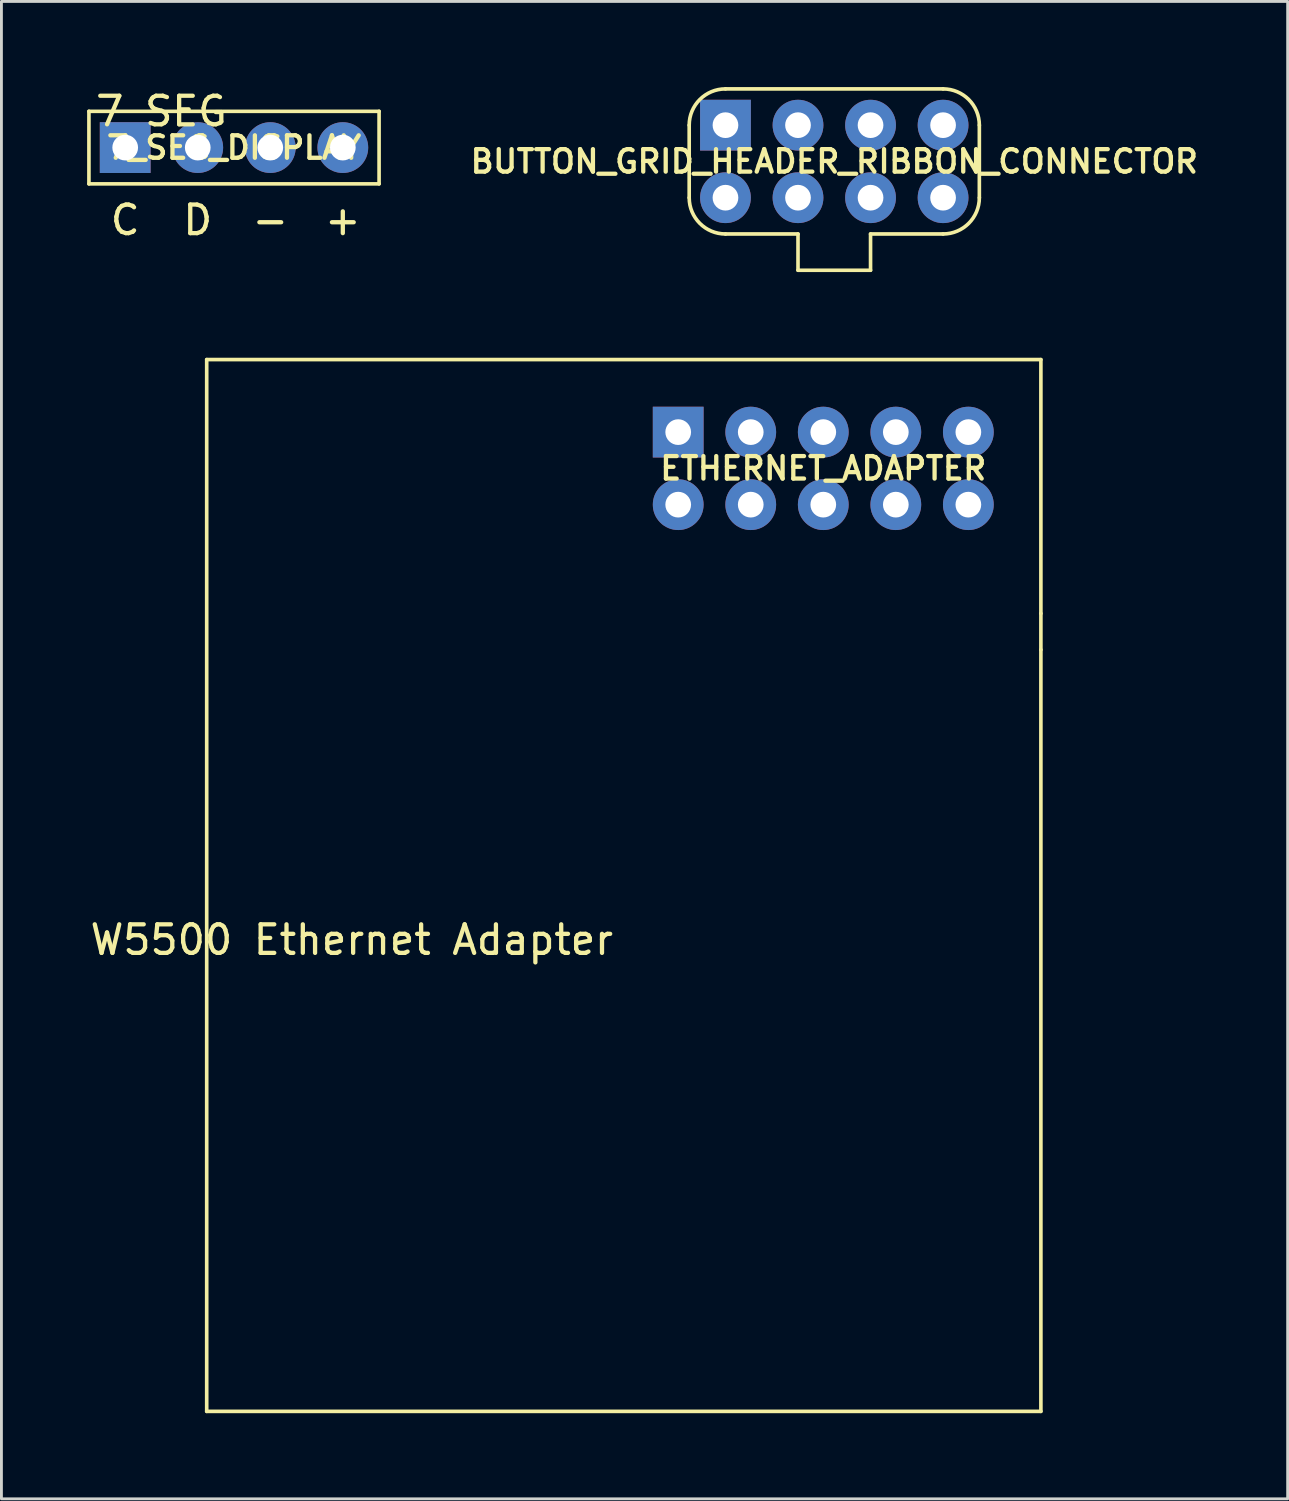
<source format=kicad_pcb>
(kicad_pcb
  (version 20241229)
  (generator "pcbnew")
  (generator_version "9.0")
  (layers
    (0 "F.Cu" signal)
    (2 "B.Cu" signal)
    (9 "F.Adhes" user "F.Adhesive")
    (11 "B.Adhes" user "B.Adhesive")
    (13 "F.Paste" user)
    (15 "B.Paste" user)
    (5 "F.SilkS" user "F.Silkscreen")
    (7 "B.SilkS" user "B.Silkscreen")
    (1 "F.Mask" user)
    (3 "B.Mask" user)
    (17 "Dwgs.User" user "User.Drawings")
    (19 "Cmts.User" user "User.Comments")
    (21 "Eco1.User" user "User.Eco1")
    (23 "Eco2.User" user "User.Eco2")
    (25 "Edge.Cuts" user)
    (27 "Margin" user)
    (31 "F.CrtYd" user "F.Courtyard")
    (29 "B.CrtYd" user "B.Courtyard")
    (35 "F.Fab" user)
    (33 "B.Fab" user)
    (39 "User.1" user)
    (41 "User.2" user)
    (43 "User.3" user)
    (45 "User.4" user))
  (footprint "ETHERNET_ADAPTER"
    (layer "F.Cu")
    (at 25.778 13.351)
    (property "Reference" "ETHERNET_ADAPTER" (at 0 0 0) (layer "F.SilkS") (effects (font (size 0.787 0.787) (thickness 0.15))))
    (attr through_hole)
    (fp_line (start -21.59 -3.81) (end -21.59 33.02) (stroke (width 0.127) (type solid)) (layer "F.SilkS"))
    (fp_line (start -21.59 33.02) (end 7.62 33.02) (stroke (width 0.127) (type solid)) (layer "F.SilkS"))
    (fp_line (start 7.62 -3.81) (end -21.59 -3.81) (stroke (width 0.127) (type solid)) (layer "F.SilkS"))
    (fp_line (start 7.62 5.08) (end 7.62 -3.81) (stroke (width 0.127) (type solid)) (layer "F.SilkS"))
    (fp_line (start 7.62 6.35) (end 7.62 5.08) (stroke (width 0.127) (type solid)) (layer "F.SilkS"))
    (fp_line (start 7.62 33.02) (end 7.62 6.35) (stroke (width 0.127) (type solid)) (layer "F.SilkS"))
    (fp_text user "W5500 Ethernet Adapter" (at -16.51 16.51 0) (layer "F.SilkS") (effects (font (size 1 1) (thickness 0.15))))
    (pad "3V3" thru_hole circle (at 5.08 1.27) (size 1.778 1.778) (drill 0.9) (layers "*.Cu" "*.Mask"))
    (pad "5V" thru_hole circle (at 5.08 -1.27) (size 1.778 1.778) (drill 0.9) (layers "*.Cu" "*.Mask"))
    (pad "GND@1" thru_hole rect (at -5.08 -1.27) (size 1.778 1.778) (drill 0.9) (layers "*.Cu" "*.Mask"))
    (pad "GND@2" thru_hole circle (at 2.54 -1.27) (size 1.778 1.778) (drill 0.9) (layers "*.Cu" "*.Mask"))
    (pad "INT" thru_hole circle (at -2.54 -1.27) (size 1.778 1.778) (drill 0.9) (layers "*.Cu" "*.Mask"))
    (pad "MISO" thru_hole circle (at 2.54 1.27) (size 1.778 1.778) (drill 0.9) (layers "*.Cu" "*.Mask"))
    (pad "MOSI" thru_hole circle (at 0 1.27) (size 1.778 1.778) (drill 0.9) (layers "*.Cu" "*.Mask"))
    (pad "RST" thru_hole circle (at 0 -1.27) (size 1.778 1.778) (drill 0.9) (layers "*.Cu" "*.Mask"))
    (pad "SCLK" thru_hole circle (at -5.08 1.27) (size 1.778 1.778) (drill 0.9) (layers "*.Cu" "*.Mask"))
    (pad "SCS" thru_hole circle (at -2.54 1.27) (size 1.778 1.778) (drill 0.9) (layers "*.Cu" "*.Mask")))
  (footprint "BUTTON_GRID_HEADER_RIBBON_CONNECTOR"
    (layer "F.Cu")
    (at 26.163 2.603)
    (property "Reference" "BUTTON_GRID_HEADER_RIBBON_CONNECTOR" (at 0 0 0) (layer "F.SilkS") (effects (font (size 0.787 0.787) (thickness 0.15))))
    (attr through_hole)
    (fp_line (start -5.08 -1.27) (end -5.08 1.27) (stroke (width 0.127) (type solid)) (layer "F.SilkS"))
    (fp_line (start -3.81 -2.54) (end 3.81 -2.54) (stroke (width 0.127) (type solid)) (layer "F.SilkS"))
    (fp_line (start -3.81 2.54) (end -1.27 2.54) (stroke (width 0.127) (type solid)) (layer "F.SilkS"))
    (fp_line (start -1.27 2.54) (end -1.27 3.81) (stroke (width 0.127) (type solid)) (layer "F.SilkS"))
    (fp_line (start -1.27 3.81) (end 1.27 3.81) (stroke (width 0.127) (type solid)) (layer "F.SilkS"))
    (fp_line (start 1.27 2.54) (end 3.81 2.54) (stroke (width 0.127) (type solid)) (layer "F.SilkS"))
    (fp_line (start 1.27 3.81) (end 1.27 2.54) (stroke (width 0.127) (type solid)) (layer "F.SilkS"))
    (fp_line (start 5.08 -1.27) (end 5.08 1.27) (stroke (width 0.127) (type solid)) (layer "F.SilkS"))
    (fp_arc (start -5.08 -1.27) (mid -4.708026 -2.168026) (end -3.81 -2.54) (stroke (width 0.127) (type solid)) (layer "F.SilkS"))
    (fp_arc (start -3.81 2.54) (mid -4.708026 2.168026) (end -5.08 1.27) (stroke (width 0.127) (type solid)) (layer "F.SilkS"))
    (fp_arc (start 3.81 -2.54) (mid 4.708026 -2.168026) (end 5.08 -1.27) (stroke (width 0.127) (type solid)) (layer "F.SilkS"))
    (fp_arc (start 5.08 1.27) (mid 4.708026 2.168026) (end 3.81 2.54) (stroke (width 0.127) (type solid)) (layer "F.SilkS"))
    (pad "P1" thru_hole rect (at -3.81 -1.27) (size 1.778 1.778) (drill 0.9) (layers "*.Cu" "*.Mask"))
    (pad "P2" thru_hole circle (at -1.27 -1.27) (size 1.778 1.778) (drill 0.9) (layers "*.Cu" "*.Mask"))
    (pad "P3" thru_hole circle (at 1.27 -1.27) (size 1.778 1.778) (drill 0.9) (layers "*.Cu" "*.Mask"))
    (pad "P4" thru_hole circle (at 3.81 -1.27) (size 1.778 1.778) (drill 0.9) (layers "*.Cu" "*.Mask"))
    (pad "PA" thru_hole circle (at -3.81 1.27) (size 1.778 1.778) (drill 0.9) (layers "*.Cu" "*.Mask"))
    (pad "PB" thru_hole circle (at -1.27 1.27) (size 1.778 1.778) (drill 0.9) (layers "*.Cu" "*.Mask"))
    (pad "PC" thru_hole circle (at 1.27 1.27) (size 1.778 1.778) (drill 0.9) (layers "*.Cu" "*.Mask"))
    (pad "PD" thru_hole circle (at 3.81 1.27) (size 1.778 1.778) (drill 0.9) (layers "*.Cu" "*.Mask")))
  (footprint "7_SEG_DISPLAY"
    (layer "F.Cu")
    (at 5.144 2.118)
    (property "Reference" "7_SEG_DISPLAY" (at 0 0 0) (layer "F.SilkS") (effects (font (size 0.787 0.787) (thickness 0.15))))
    (attr through_hole)
    (fp_line (start -5.08 -1.27) (end -5.08 1.27) (stroke (width 0.127) (type solid)) (layer "F.SilkS"))
    (fp_line (start -5.08 1.27) (end 5.08 1.27) (stroke (width 0.127) (type solid)) (layer "F.SilkS"))
    (fp_line (start 5.08 -1.27) (end -5.08 -1.27) (stroke (width 0.127) (type solid)) (layer "F.SilkS"))
    (fp_line (start 5.08 1.27) (end 5.08 -1.27) (stroke (width 0.127) (type solid)) (layer "F.SilkS"))
    (fp_text user "-" (at 1.27 2.54 0) (layer "F.SilkS") (effects (font (size 1 1) (thickness 0.15))))
    (fp_text user "D" (at -1.27 2.54 0) (layer "F.SilkS") (effects (font (size 1 1) (thickness 0.15))))
    (fp_text user "C" (at -3.81 2.54 0) (layer "F.SilkS") (effects (font (size 1 1) (thickness 0.15))))
    (fp_text user "+" (at 3.81 2.54 0) (layer "F.SilkS") (effects (font (size 1 1) (thickness 0.15))))
    (fp_text user "7 SEG" (at -2.54 -1.27 0) (layer "F.SilkS") (effects (font (size 1 1) (thickness 0.15))))
    (pad "CLK" thru_hole rect (at -3.81 0) (size 1.778 1.778) (drill 0.9) (layers "*.Cu" "*.Mask"))
    (pad "DIO" thru_hole circle (at -1.27 0) (size 1.778 1.778) (drill 0.9) (layers "*.Cu" "*.Mask"))
    (pad "GND" thru_hole circle (at 1.27 0) (size 1.778 1.778) (drill 0.9) (layers "*.Cu" "*.Mask"))
    (pad "VCC" thru_hole circle (at 3.81 0) (size 1.778 1.778) (drill 0.9) (layers "*.Cu" "*.Mask")))
  (gr_rect
    (start -3 -3)
    (end 42.039 49.434)
    (stroke (width 0.1) (type default))
    (fill no)
    (layer "Edge.Cuts")))
</source>
